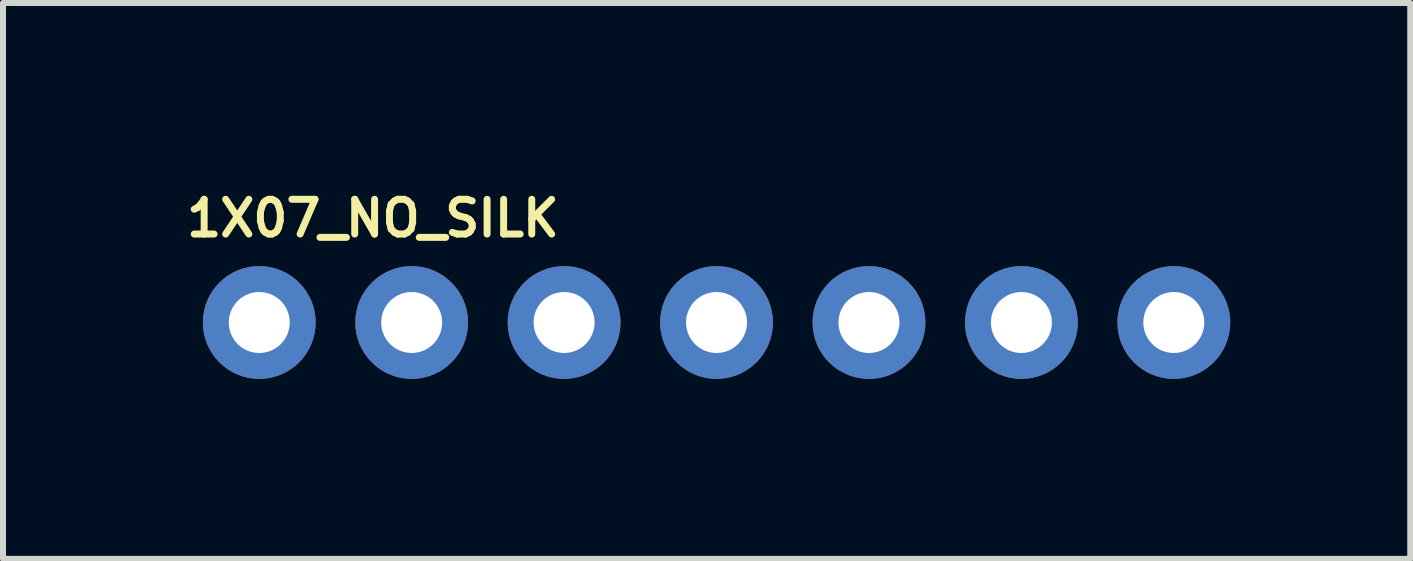
<source format=kicad_pcb>
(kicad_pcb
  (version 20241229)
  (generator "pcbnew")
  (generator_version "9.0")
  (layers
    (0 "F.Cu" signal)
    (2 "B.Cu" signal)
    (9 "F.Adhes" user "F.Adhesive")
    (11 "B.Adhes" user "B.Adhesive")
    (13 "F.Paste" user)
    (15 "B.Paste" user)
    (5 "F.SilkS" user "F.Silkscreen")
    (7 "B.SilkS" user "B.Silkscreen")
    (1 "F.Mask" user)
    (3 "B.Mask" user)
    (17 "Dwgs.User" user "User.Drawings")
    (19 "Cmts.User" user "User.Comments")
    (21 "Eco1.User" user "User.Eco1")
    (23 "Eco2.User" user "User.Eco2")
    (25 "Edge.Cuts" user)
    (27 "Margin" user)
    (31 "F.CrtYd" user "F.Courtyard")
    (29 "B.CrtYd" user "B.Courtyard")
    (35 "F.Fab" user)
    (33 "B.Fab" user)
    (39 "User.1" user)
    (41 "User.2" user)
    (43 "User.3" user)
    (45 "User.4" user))
  (footprint "1X07_NO_SILK"
    (layer "F.Cu")
    (at 1.27 2.324)
    (property "Reference" "1X07_NO_SILK" (at -1.27 -1.397 0) (layer "F.SilkS") (effects (font (size 0.579 0.579) (thickness 0.116)) (justify left bottom)))
    (attr through_hole)
    (fp_poly (pts (xy -0.254 0.254) (xy 0.254 0.254) (xy 0.254 -0.254) (xy -0.254 -0.254)) (stroke (width 0.1) (type solid)) (fill no) (layer "F.Fab"))
    (fp_poly (pts (xy 2.286 0.254) (xy 2.794 0.254) (xy 2.794 -0.254) (xy 2.286 -0.254)) (stroke (width 0.1) (type solid)) (fill no) (layer "F.Fab"))
    (fp_poly (pts (xy 4.826 0.254) (xy 5.334 0.254) (xy 5.334 -0.254) (xy 4.826 -0.254)) (stroke (width 0.1) (type solid)) (fill no) (layer "F.Fab"))
    (fp_poly (pts (xy 7.366 0.254) (xy 7.874 0.254) (xy 7.874 -0.254) (xy 7.366 -0.254)) (stroke (width 0.1) (type solid)) (fill no) (layer "F.Fab"))
    (fp_poly (pts (xy 9.906 0.254) (xy 10.414 0.254) (xy 10.414 -0.254) (xy 9.906 -0.254)) (stroke (width 0.1) (type solid)) (fill no) (layer "F.Fab"))
    (fp_poly (pts (xy 12.446 0.254) (xy 12.954 0.254) (xy 12.954 -0.254) (xy 12.446 -0.254)) (stroke (width 0.1) (type solid)) (fill no) (layer "F.Fab"))
    (fp_poly (pts (xy 14.986 0.254) (xy 15.494 0.254) (xy 15.494 -0.254) (xy 14.986 -0.254)) (stroke (width 0.1) (type solid)) (fill no) (layer "F.Fab"))
    (pad "1" thru_hole circle (at 0 0 90) (size 1.88 1.88) (drill 1.016) (layers "*.Cu" "*.Mask"))
    (pad "2" thru_hole circle (at 2.54 0 90) (size 1.88 1.88) (drill 1.016) (layers "*.Cu" "*.Mask"))
    (pad "3" thru_hole circle (at 5.08 0 90) (size 1.88 1.88) (drill 1.016) (layers "*.Cu" "*.Mask"))
    (pad "4" thru_hole circle (at 7.62 0 90) (size 1.88 1.88) (drill 1.016) (layers "*.Cu" "*.Mask"))
    (pad "5" thru_hole circle (at 10.16 0 90) (size 1.88 1.88) (drill 1.016) (layers "*.Cu" "*.Mask"))
    (pad "6" thru_hole circle (at 12.7 0 90) (size 1.88 1.88) (drill 1.016) (layers "*.Cu" "*.Mask"))
    (pad "7" thru_hole circle (at 15.24 0 90) (size 1.88 1.88) (drill 1.016) (layers "*.Cu" "*.Mask")))
  (gr_rect
    (start -3 -3)
    (end 20.45 6.263)
    (stroke (width 0.1) (type default))
    (fill no)
    (layer "Edge.Cuts")))
</source>
